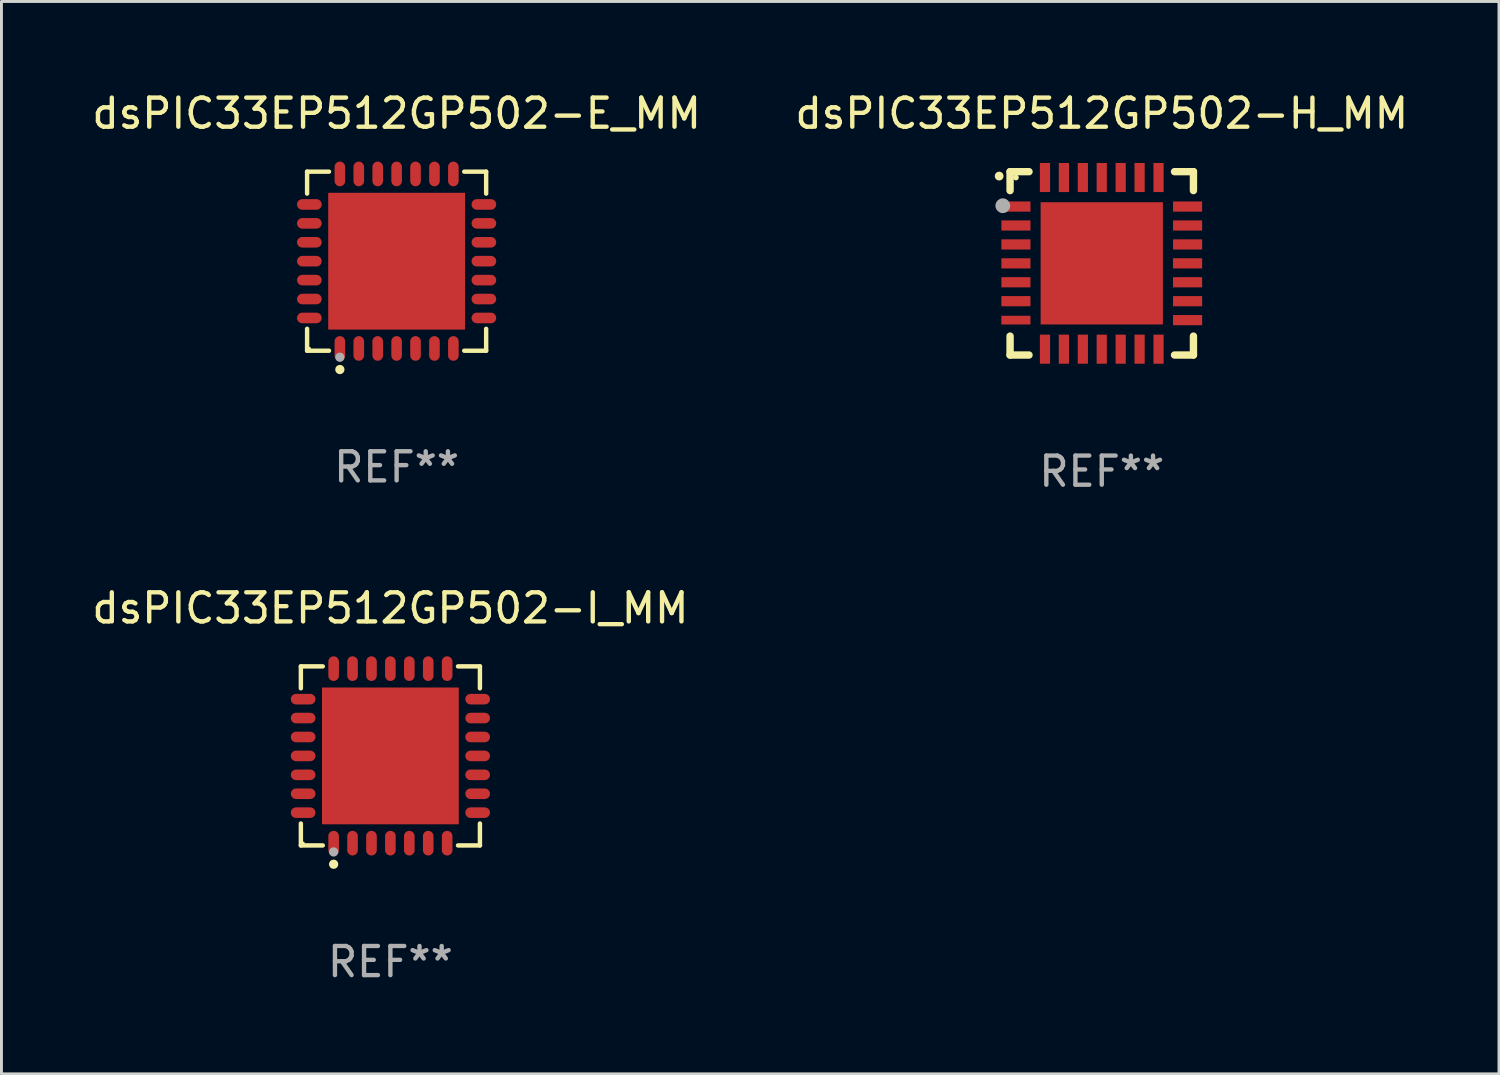
<source format=kicad_pcb>
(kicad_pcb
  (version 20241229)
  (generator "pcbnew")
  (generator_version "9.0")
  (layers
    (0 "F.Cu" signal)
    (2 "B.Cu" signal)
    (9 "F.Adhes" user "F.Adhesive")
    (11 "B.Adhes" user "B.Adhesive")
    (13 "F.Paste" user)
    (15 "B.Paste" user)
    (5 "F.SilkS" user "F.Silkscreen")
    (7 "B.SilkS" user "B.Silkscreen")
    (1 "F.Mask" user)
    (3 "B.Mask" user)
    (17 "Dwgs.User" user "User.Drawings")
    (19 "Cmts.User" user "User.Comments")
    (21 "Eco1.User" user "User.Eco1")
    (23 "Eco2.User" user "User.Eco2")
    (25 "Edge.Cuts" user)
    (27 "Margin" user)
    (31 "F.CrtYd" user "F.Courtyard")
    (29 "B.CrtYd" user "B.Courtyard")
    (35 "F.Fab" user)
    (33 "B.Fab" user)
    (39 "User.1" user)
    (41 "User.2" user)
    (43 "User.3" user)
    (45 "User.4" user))
  (footprint "dsPIC33EP512GP502-E_MM"
    (layer "F.Cu")
    (at 10.577 5.924)
    (property "Reference" "dsPIC33EP512GP502-E_MM" (at 0 -5.076 0) (layer "F.SilkS") (effects (font (size 1 1) (thickness 0.15))))
    (attr through_hole)
    (fp_line (start -3.076 -3.076) (end -2.323 -3.076) (stroke (width 0.152) (type solid)) (layer "F.SilkS"))
    (fp_line (start -3.076 -2.323) (end -3.076 -3.076) (stroke (width 0.152) (type solid)) (layer "F.SilkS"))
    (fp_line (start -3.076 2.323) (end -3.076 3.076) (stroke (width 0.152) (type solid)) (layer "F.SilkS"))
    (fp_line (start -3.076 3.076) (end -2.323 3.076) (stroke (width 0.152) (type solid)) (layer "F.SilkS"))
    (fp_line (start 3.076 -3.076) (end 2.323 -3.076) (stroke (width 0.152) (type solid)) (layer "F.SilkS"))
    (fp_line (start 3.076 -2.323) (end 3.076 -3.076) (stroke (width 0.152) (type solid)) (layer "F.SilkS"))
    (fp_line (start 3.076 2.323) (end 3.076 3.076) (stroke (width 0.152) (type solid)) (layer "F.SilkS"))
    (fp_line (start 3.076 3.076) (end 2.323 3.076) (stroke (width 0.152) (type solid)) (layer "F.SilkS"))
    (fp_circle (center -3 3) (end -2.97 3) (stroke (width 0.06) (type solid)) (fill no) (layer "F.SilkS"))
    (fp_circle (center -1.95 3.722) (end -1.87 3.722) (stroke (width 0.16) (type solid)) (fill no) (layer "F.SilkS"))
    (fp_circle (center -1.95 3.3) (end -1.87 3.3) (stroke (width 0.16) (type solid)) (fill no) (layer "F.Fab"))
    (fp_text user "REF**" (at 0 7.076 0) (layer "F.Fab") (effects (font (size 1 1) (thickness 0.15))))
    (pad "1" smd oval (at -1.95 2.998) (size 0.364 0.847) (layers "F.Cu" "F.Mask" "F.Paste"))
    (pad "2" smd oval (at -1.3 2.998) (size 0.364 0.847) (layers "F.Cu" "F.Mask" "F.Paste"))
    (pad "3" smd oval (at -0.65 2.998) (size 0.364 0.847) (layers "F.Cu" "F.Mask" "F.Paste"))
    (pad "4" smd oval (at 0 2.998) (size 0.364 0.847) (layers "F.Cu" "F.Mask" "F.Paste"))
    (pad "5" smd oval (at 0.65 2.998) (size 0.364 0.847) (layers "F.Cu" "F.Mask" "F.Paste"))
    (pad "6" smd oval (at 1.3 2.998) (size 0.364 0.847) (layers "F.Cu" "F.Mask" "F.Paste"))
    (pad "7" smd oval (at 1.95 2.998) (size 0.364 0.847) (layers "F.Cu" "F.Mask" "F.Paste"))
    (pad "8" smd oval (at 2.998 1.95) (size 0.847 0.364) (layers "F.Cu" "F.Mask" "F.Paste"))
    (pad "9" smd oval (at 2.998 1.3) (size 0.847 0.364) (layers "F.Cu" "F.Mask" "F.Paste"))
    (pad "10" smd oval (at 2.998 0.65) (size 0.847 0.364) (layers "F.Cu" "F.Mask" "F.Paste"))
    (pad "11" smd oval (at 2.998 0) (size 0.847 0.364) (layers "F.Cu" "F.Mask" "F.Paste"))
    (pad "12" smd oval (at 2.998 -0.65) (size 0.847 0.364) (layers "F.Cu" "F.Mask" "F.Paste"))
    (pad "13" smd oval (at 2.998 -1.3) (size 0.847 0.364) (layers "F.Cu" "F.Mask" "F.Paste"))
    (pad "14" smd oval (at 2.998 -1.95) (size 0.847 0.364) (layers "F.Cu" "F.Mask" "F.Paste"))
    (pad "15" smd oval (at 1.95 -2.998) (size 0.364 0.847) (layers "F.Cu" "F.Mask" "F.Paste"))
    (pad "16" smd oval (at 1.3 -2.998) (size 0.364 0.847) (layers "F.Cu" "F.Mask" "F.Paste"))
    (pad "17" smd oval (at 0.65 -2.998) (size 0.364 0.847) (layers "F.Cu" "F.Mask" "F.Paste"))
    (pad "18" smd oval (at 0 -2.998) (size 0.364 0.847) (layers "F.Cu" "F.Mask" "F.Paste"))
    (pad "19" smd oval (at -0.65 -2.998) (size 0.364 0.847) (layers "F.Cu" "F.Mask" "F.Paste"))
    (pad "20" smd oval (at -1.3 -2.998) (size 0.364 0.847) (layers "F.Cu" "F.Mask" "F.Paste"))
    (pad "21" smd oval (at -1.95 -2.998) (size 0.364 0.847) (layers "F.Cu" "F.Mask" "F.Paste"))
    (pad "22" smd oval (at -2.998 -1.95) (size 0.847 0.364) (layers "F.Cu" "F.Mask" "F.Paste"))
    (pad "23" smd oval (at -2.998 -1.3) (size 0.847 0.364) (layers "F.Cu" "F.Mask" "F.Paste"))
    (pad "24" smd oval (at -2.998 -0.65) (size 0.847 0.364) (layers "F.Cu" "F.Mask" "F.Paste"))
    (pad "25" smd oval (at -2.998 0) (size 0.847 0.364) (layers "F.Cu" "F.Mask" "F.Paste"))
    (pad "26" smd oval (at -2.998 0.65) (size 0.847 0.364) (layers "F.Cu" "F.Mask" "F.Paste"))
    (pad "27" smd oval (at -2.998 1.3) (size 0.847 0.364) (layers "F.Cu" "F.Mask" "F.Paste"))
    (pad "28" smd oval (at -2.998 1.95) (size 0.847 0.364) (layers "F.Cu" "F.Mask" "F.Paste"))
    (pad "29" smd rect (at 0 0) (size 4.7 4.7) (layers "F.Cu" "F.Mask" "F.Paste")))
  (footprint "dsPIC33EP512GP502-H_MM"
    (layer "F.Cu")
    (at 34.804 5.998)
    (property "Reference" "dsPIC33EP512GP502-H_MM" (at 0 -5.15 0) (layer "F.SilkS") (effects (font (size 1 1) (thickness 0.15))))
    (attr through_hole)
    (fp_line (start -3.15 -3.15) (end -2.5 -3.15) (stroke (width 0.254) (type solid)) (layer "F.SilkS"))
    (fp_line (start -3.15 -2.5) (end -3.15 -3.15) (stroke (width 0.254) (type solid)) (layer "F.SilkS"))
    (fp_line (start -3.15 3.15) (end -3.15 2.5) (stroke (width 0.254) (type solid)) (layer "F.SilkS"))
    (fp_line (start -2.5 3.15) (end -3.15 3.15) (stroke (width 0.254) (type solid)) (layer "F.SilkS"))
    (fp_line (start 2.5 -3.15) (end 3.15 -3.15) (stroke (width 0.254) (type solid)) (layer "F.SilkS"))
    (fp_line (start 2.5 3.15) (end 3.15 3.15) (stroke (width 0.254) (type solid)) (layer "F.SilkS"))
    (fp_line (start 3.15 -3.15) (end 3.15 -2.5) (stroke (width 0.254) (type solid)) (layer "F.SilkS"))
    (fp_line (start 3.15 3.15) (end 3.15 2.5) (stroke (width 0.254) (type solid)) (layer "F.SilkS"))
    (fp_arc (start -3.525527 -2.997206) (mid -3.525532 -2.998476) (end -3.525527 -2.999746) (stroke (width 0.3) (type solid)) (layer "F.SilkS"))
    (fp_circle (center -2.95 -2.95) (end -2.9 -2.95) (stroke (width 0.1) (type solid)) (fill no) (layer "F.SilkS"))
    (fp_circle (center -3.4 -1.98) (end -3.273 -1.98) (stroke (width 0.254) (type solid)) (fill no) (layer "F.Fab"))
    (fp_text user "REF**" (at 0 7.15 0) (layer "F.Fab") (effects (font (size 1 1) (thickness 0.15))))
    (pad "1" smd rect (at -2.949 -1.951 90) (size 0.35 1) (layers "F.Cu" "F.Mask" "F.Paste"))
    (pad "2" smd rect (at -2.949 -1.301 90) (size 0.35 1) (layers "F.Cu" "F.Mask" "F.Paste"))
    (pad "3" smd rect (at -2.949 -0.65 90) (size 0.35 1) (layers "F.Cu" "F.Mask" "F.Paste"))
    (pad "4" smd rect (at -2.949 -0.000025 90) (size 0.35 1) (layers "F.Cu" "F.Mask" "F.Paste"))
    (pad "5" smd rect (at -2.949 0.65 90) (size 0.35 1) (layers "F.Cu" "F.Mask" "F.Paste"))
    (pad "6" smd rect (at -2.949 1.3 90) (size 0.35 1) (layers "F.Cu" "F.Mask" "F.Paste"))
    (pad "7" smd rect (at -2.949 1.951 90) (size 0.3 1) (layers "F.Cu" "F.Mask" "F.Paste"))
    (pad "8" smd rect (at -1.951 2.949) (size 0.35 1) (layers "F.Cu" "F.Mask" "F.Paste"))
    (pad "9" smd rect (at -1.301 2.949) (size 0.35 1) (layers "F.Cu" "F.Mask" "F.Paste"))
    (pad "10" smd rect (at -0.65 2.949) (size 0.35 1) (layers "F.Cu" "F.Mask" "F.Paste"))
    (pad "11" smd rect (at -0.000076 2.949) (size 0.35 1) (layers "F.Cu" "F.Mask" "F.Paste"))
    (pad "12" smd rect (at 0.65 2.949) (size 0.35 1) (layers "F.Cu" "F.Mask" "F.Paste"))
    (pad "13" smd rect (at 1.3 2.949) (size 0.35 1) (layers "F.Cu" "F.Mask" "F.Paste"))
    (pad "14" smd rect (at 1.951 2.949) (size 0.35 1) (layers "F.Cu" "F.Mask" "F.Paste"))
    (pad "15" smd rect (at 2.949 1.951 90) (size 0.35 1) (layers "F.Cu" "F.Mask" "F.Paste"))
    (pad "16" smd rect (at 2.949 1.3 90) (size 0.35 1) (layers "F.Cu" "F.Mask" "F.Paste"))
    (pad "17" smd rect (at 2.949 0.65 90) (size 0.35 1) (layers "F.Cu" "F.Mask" "F.Paste"))
    (pad "18" smd rect (at 2.949 -0.000025 90) (size 0.35 1) (layers "F.Cu" "F.Mask" "F.Paste"))
    (pad "19" smd rect (at 2.949 -0.65 90) (size 0.35 1) (layers "F.Cu" "F.Mask" "F.Paste"))
    (pad "20" smd rect (at 2.949 -1.301 90) (size 0.35 1) (layers "F.Cu" "F.Mask" "F.Paste"))
    (pad "21" smd rect (at 2.949 -1.951 90) (size 0.35 1) (layers "F.Cu" "F.Mask" "F.Paste"))
    (pad "22" smd rect (at 1.951 -2.949) (size 0.35 1) (layers "F.Cu" "F.Mask" "F.Paste"))
    (pad "23" smd rect (at 1.3 -2.949) (size 0.35 1) (layers "F.Cu" "F.Mask" "F.Paste"))
    (pad "24" smd rect (at 0.65 -2.949) (size 0.35 1) (layers "F.Cu" "F.Mask" "F.Paste"))
    (pad "25" smd rect (at -0.000076 -2.949) (size 0.35 1) (layers "F.Cu" "F.Mask" "F.Paste"))
    (pad "26" smd rect (at -0.65 -2.949) (size 0.35 1) (layers "F.Cu" "F.Mask" "F.Paste"))
    (pad "27" smd rect (at -1.301 -2.949) (size 0.35 1) (layers "F.Cu" "F.Mask" "F.Paste"))
    (pad "28" smd rect (at -1.951 -2.949) (size 0.35 1) (layers "F.Cu" "F.Mask" "F.Paste"))
    (pad "29" smd rect (at -0.000076 -0.000025) (size 4.2 4.2) (layers "F.Cu" "F.Mask" "F.Paste")))
  (footprint "dsPIC33EP512GP502-I_MM"
    (layer "F.Cu")
    (at 10.363 22.921)
    (property "Reference" "dsPIC33EP512GP502-I_MM" (at 0 -5.076 0) (layer "F.SilkS") (effects (font (size 1 1) (thickness 0.15))))
    (attr through_hole)
    (fp_line (start -3.076 -3.076) (end -2.323 -3.076) (stroke (width 0.152) (type solid)) (layer "F.SilkS"))
    (fp_line (start -3.076 -2.323) (end -3.076 -3.076) (stroke (width 0.152) (type solid)) (layer "F.SilkS"))
    (fp_line (start -3.076 2.323) (end -3.076 3.076) (stroke (width 0.152) (type solid)) (layer "F.SilkS"))
    (fp_line (start -3.076 3.076) (end -2.323 3.076) (stroke (width 0.152) (type solid)) (layer "F.SilkS"))
    (fp_line (start 3.076 -3.076) (end 2.323 -3.076) (stroke (width 0.152) (type solid)) (layer "F.SilkS"))
    (fp_line (start 3.076 -2.323) (end 3.076 -3.076) (stroke (width 0.152) (type solid)) (layer "F.SilkS"))
    (fp_line (start 3.076 2.323) (end 3.076 3.076) (stroke (width 0.152) (type solid)) (layer "F.SilkS"))
    (fp_line (start 3.076 3.076) (end 2.323 3.076) (stroke (width 0.152) (type solid)) (layer "F.SilkS"))
    (fp_circle (center -3 3) (end -2.97 3) (stroke (width 0.06) (type solid)) (fill no) (layer "F.SilkS"))
    (fp_circle (center -1.95 3.722) (end -1.87 3.722) (stroke (width 0.16) (type solid)) (fill no) (layer "F.SilkS"))
    (fp_circle (center -1.95 3.3) (end -1.87 3.3) (stroke (width 0.16) (type solid)) (fill no) (layer "F.Fab"))
    (fp_text user "REF**" (at 0 7.076 0) (layer "F.Fab") (effects (font (size 1 1) (thickness 0.15))))
    (pad "1" smd oval (at -1.95 2.998) (size 0.364 0.847) (layers "F.Cu" "F.Mask" "F.Paste"))
    (pad "2" smd oval (at -1.3 2.998) (size 0.364 0.847) (layers "F.Cu" "F.Mask" "F.Paste"))
    (pad "3" smd oval (at -0.65 2.998) (size 0.364 0.847) (layers "F.Cu" "F.Mask" "F.Paste"))
    (pad "4" smd oval (at 0 2.998) (size 0.364 0.847) (layers "F.Cu" "F.Mask" "F.Paste"))
    (pad "5" smd oval (at 0.65 2.998) (size 0.364 0.847) (layers "F.Cu" "F.Mask" "F.Paste"))
    (pad "6" smd oval (at 1.3 2.998) (size 0.364 0.847) (layers "F.Cu" "F.Mask" "F.Paste"))
    (pad "7" smd oval (at 1.95 2.998) (size 0.364 0.847) (layers "F.Cu" "F.Mask" "F.Paste"))
    (pad "8" smd oval (at 2.998 1.95) (size 0.847 0.364) (layers "F.Cu" "F.Mask" "F.Paste"))
    (pad "9" smd oval (at 2.998 1.3) (size 0.847 0.364) (layers "F.Cu" "F.Mask" "F.Paste"))
    (pad "10" smd oval (at 2.998 0.65) (size 0.847 0.364) (layers "F.Cu" "F.Mask" "F.Paste"))
    (pad "11" smd oval (at 2.998 0) (size 0.847 0.364) (layers "F.Cu" "F.Mask" "F.Paste"))
    (pad "12" smd oval (at 2.998 -0.65) (size 0.847 0.364) (layers "F.Cu" "F.Mask" "F.Paste"))
    (pad "13" smd oval (at 2.998 -1.3) (size 0.847 0.364) (layers "F.Cu" "F.Mask" "F.Paste"))
    (pad "14" smd oval (at 2.998 -1.95) (size 0.847 0.364) (layers "F.Cu" "F.Mask" "F.Paste"))
    (pad "15" smd oval (at 1.95 -2.998) (size 0.364 0.847) (layers "F.Cu" "F.Mask" "F.Paste"))
    (pad "16" smd oval (at 1.3 -2.998) (size 0.364 0.847) (layers "F.Cu" "F.Mask" "F.Paste"))
    (pad "17" smd oval (at 0.65 -2.998) (size 0.364 0.847) (layers "F.Cu" "F.Mask" "F.Paste"))
    (pad "18" smd oval (at 0 -2.998) (size 0.364 0.847) (layers "F.Cu" "F.Mask" "F.Paste"))
    (pad "19" smd oval (at -0.65 -2.998) (size 0.364 0.847) (layers "F.Cu" "F.Mask" "F.Paste"))
    (pad "20" smd oval (at -1.3 -2.998) (size 0.364 0.847) (layers "F.Cu" "F.Mask" "F.Paste"))
    (pad "21" smd oval (at -1.95 -2.998) (size 0.364 0.847) (layers "F.Cu" "F.Mask" "F.Paste"))
    (pad "22" smd oval (at -2.998 -1.95) (size 0.847 0.364) (layers "F.Cu" "F.Mask" "F.Paste"))
    (pad "23" smd oval (at -2.998 -1.3) (size 0.847 0.364) (layers "F.Cu" "F.Mask" "F.Paste"))
    (pad "24" smd oval (at -2.998 -0.65) (size 0.847 0.364) (layers "F.Cu" "F.Mask" "F.Paste"))
    (pad "25" smd oval (at -2.998 0) (size 0.847 0.364) (layers "F.Cu" "F.Mask" "F.Paste"))
    (pad "26" smd oval (at -2.998 0.65) (size 0.847 0.364) (layers "F.Cu" "F.Mask" "F.Paste"))
    (pad "27" smd oval (at -2.998 1.3) (size 0.847 0.364) (layers "F.Cu" "F.Mask" "F.Paste"))
    (pad "28" smd oval (at -2.998 1.95) (size 0.847 0.364) (layers "F.Cu" "F.Mask" "F.Paste"))
    (pad "29" smd rect (at 0 0) (size 4.7 4.7) (layers "F.Cu" "F.Mask" "F.Paste")))
  (gr_rect
    (start -3 -3)
    (end 48.452 33.846)
    (stroke (width 0.1) (type default))
    (fill no)
    (layer "Edge.Cuts")))
</source>
